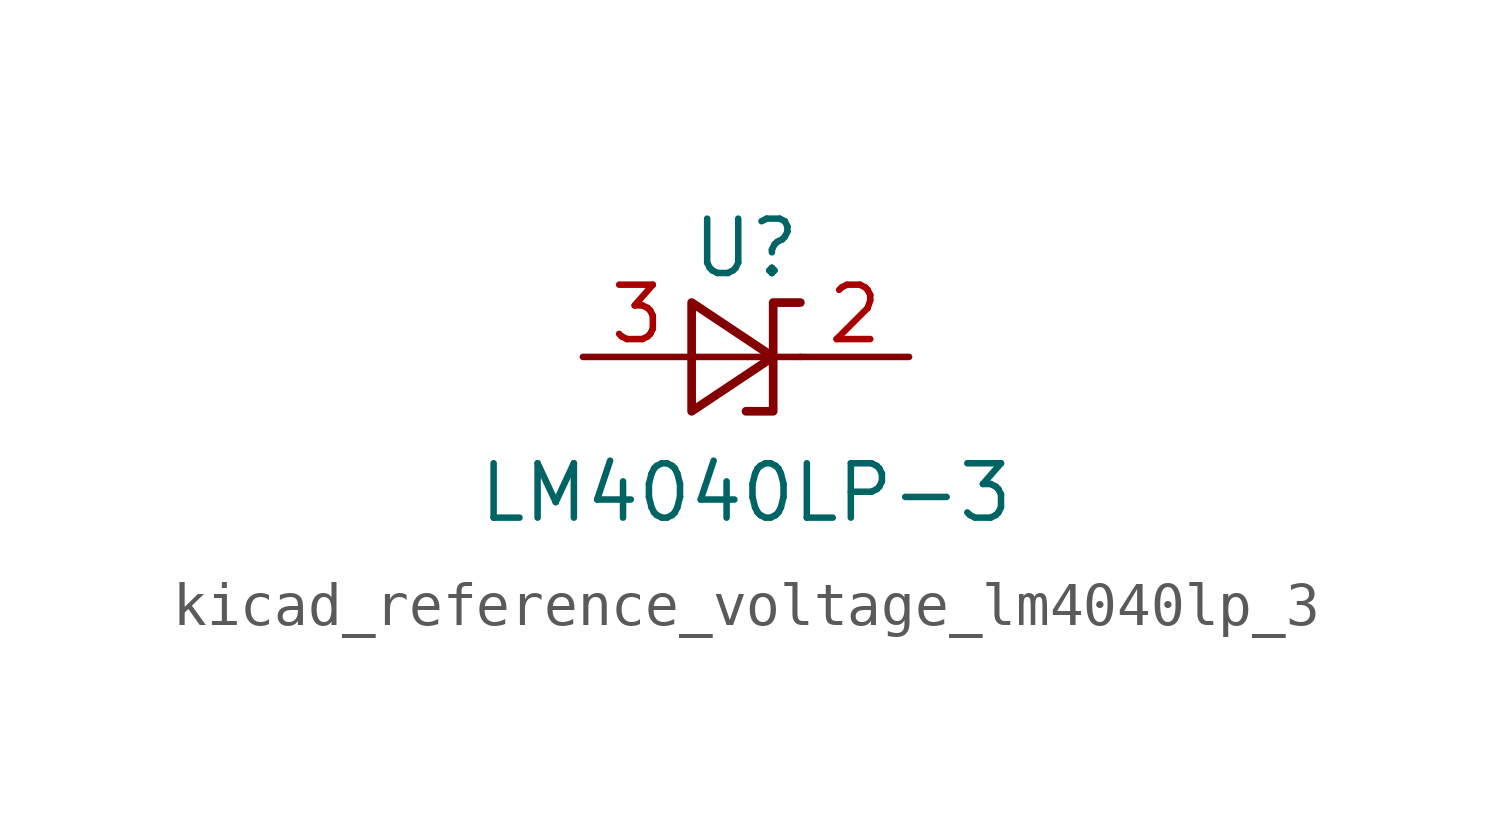
<source format=kicad_sym>
(kicad_symbol_lib
  (version 20220914)
  (generator kicad_symbol_editor)
  (symbol "kicad_reference_voltage_lm4040lp_3"
    (pin_names
      (offset 0.025) hide)
    (property "Reference" "U"
      (at 0 2.54 0)
      (effects (font (size 1.27 1.27))))
    (property "Value" "LM4040LP-3"
      (at 0 -3.175 0)
      (effects (font (size 1.27 1.27))))
    (symbol "kicad_reference_voltage_lm4040lp_3_0_1"
      (polyline (pts (xy -1.27 0) (xy 0 0) (xy 1.27 0)) (stroke (width 0) (type default)) (fill (type none)))
      (polyline (pts (xy -1.27 -1.27) (xy 0.635 0) (xy -1.27 1.27) (xy -1.27 -1.27)) (stroke (width 0.203) (type default)) (fill (type none)))
      (polyline (pts (xy 0 -1.27) (xy 0.635 -1.27) (xy 0.635 1.27) (xy 1.27 1.27)) (stroke (width 0.203) (type default)) (fill (type none))))
    (symbol "kicad_reference_voltage_lm4040lp_3_1_1"
      (pin passive line (at 3.81 0 180) (length 2.54) (name "K" (effects (font (size 1.27 1.27)))) (number "2" (effects (font (size 1.27 1.27)))))
      (pin passive line (at -3.81 0 0) (length 2.54) (name "A" (effects (font (size 1.27 1.27)))) (number "3" (effects (font (size 1.27 1.27))))))))
</source>
